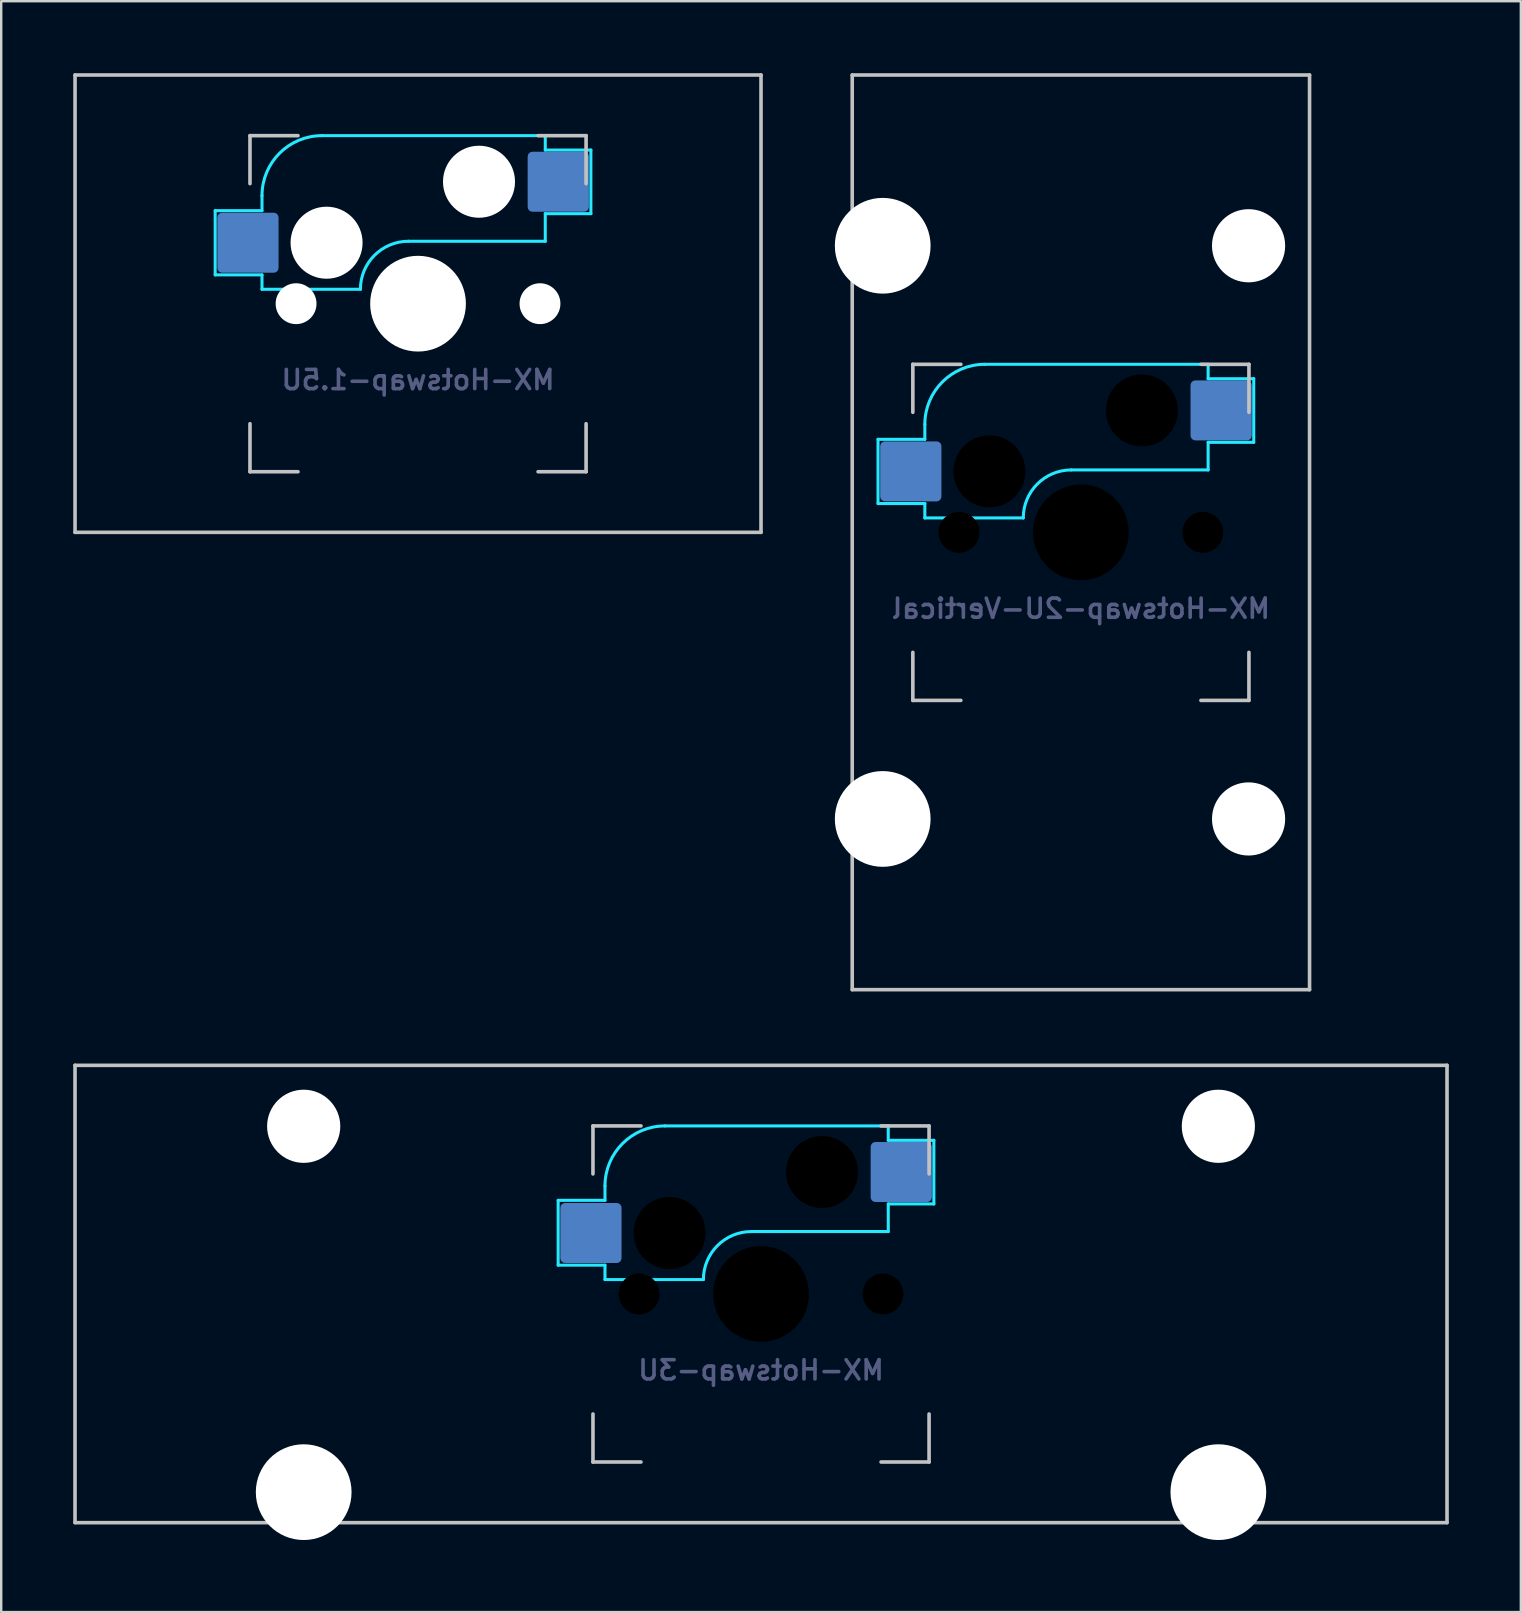
<source format=kicad_pcb>
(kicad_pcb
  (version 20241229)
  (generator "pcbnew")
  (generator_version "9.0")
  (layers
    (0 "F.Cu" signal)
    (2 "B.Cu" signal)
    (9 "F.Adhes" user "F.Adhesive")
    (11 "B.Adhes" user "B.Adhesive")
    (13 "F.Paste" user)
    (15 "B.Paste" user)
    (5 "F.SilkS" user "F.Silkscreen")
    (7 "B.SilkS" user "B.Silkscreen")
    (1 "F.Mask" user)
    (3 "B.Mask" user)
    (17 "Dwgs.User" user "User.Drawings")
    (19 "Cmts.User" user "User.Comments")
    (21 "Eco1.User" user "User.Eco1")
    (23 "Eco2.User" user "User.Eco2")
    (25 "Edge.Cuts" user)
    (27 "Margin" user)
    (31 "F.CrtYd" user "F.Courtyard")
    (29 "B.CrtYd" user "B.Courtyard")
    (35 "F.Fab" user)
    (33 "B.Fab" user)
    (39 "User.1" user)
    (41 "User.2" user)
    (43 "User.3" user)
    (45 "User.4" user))
  (footprint "MX-Hotswap-2U-Vertical"
    (layer "F.Cu")
    (at 41.974 19.125)
    (property "Reference" "MX-Hotswap-2U-Vertical" (at 0 3.175 0) (layer "B.Fab") (effects (font (size 0.8 0.8) (thickness 0.15)) (justify mirror)))
    (attr smd)
    (fp_line (start -9.525 19.05) (end -9.525 -19.05) (stroke (width 0.15) (type solid)) (layer "Dwgs.User"))
    (fp_line (start -7 -7) (end -7 -5) (stroke (width 0.15) (type solid)) (layer "Dwgs.User"))
    (fp_line (start -7 5) (end -7 7) (stroke (width 0.15) (type solid)) (layer "Dwgs.User"))
    (fp_line (start -7 7) (end -5 7) (stroke (width 0.15) (type solid)) (layer "Dwgs.User"))
    (fp_line (start -5 -7) (end -7 -7) (stroke (width 0.15) (type solid)) (layer "Dwgs.User"))
    (fp_line (start 5 -7) (end 7 -7) (stroke (width 0.15) (type solid)) (layer "Dwgs.User"))
    (fp_line (start 5 7) (end 7 7) (stroke (width 0.15) (type solid)) (layer "Dwgs.User"))
    (fp_line (start 7 -7) (end 7 -5) (stroke (width 0.15) (type solid)) (layer "Dwgs.User"))
    (fp_line (start 7 7) (end 7 5) (stroke (width 0.15) (type solid)) (layer "Dwgs.User"))
    (fp_line (start 9.525 -19.05) (end -9.525 -19.05) (stroke (width 0.15) (type solid)) (layer "Dwgs.User"))
    (fp_line (start 9.525 19.05) (end -9.525 19.05) (stroke (width 0.15) (type solid)) (layer "Dwgs.User"))
    (fp_line (start 9.525 19.05) (end 9.525 -19.05) (stroke (width 0.15) (type solid)) (layer "Dwgs.User"))
    (fp_line (start -8.45 -3.875) (end -8.45 -1.2) (stroke (width 0.127) (type solid)) (layer "B.CrtYd"))
    (fp_line (start -8.45 -1.2) (end -6.5 -1.2) (stroke (width 0.127) (type solid)) (layer "B.CrtYd"))
    (fp_line (start -6.5 -4.5) (end -6.5 -3.875) (stroke (width 0.127) (type solid)) (layer "B.CrtYd"))
    (fp_line (start -6.5 -3.875) (end -8.45 -3.875) (stroke (width 0.127) (type solid)) (layer "B.CrtYd"))
    (fp_line (start -6.5 -0.6) (end -6.5 -1.2) (stroke (width 0.127) (type solid)) (layer "B.CrtYd"))
    (fp_line (start -6.5 -0.6) (end -2.4 -0.6) (stroke (width 0.127) (type solid)) (layer "B.CrtYd"))
    (fp_line (start -0.4 -2.6) (end 5.3 -2.6) (stroke (width 0.127) (type solid)) (layer "B.CrtYd"))
    (fp_line (start 5.3 -7) (end -4 -7) (stroke (width 0.127) (type solid)) (layer "B.CrtYd"))
    (fp_line (start 5.3 -7) (end 5.3 -6.4) (stroke (width 0.127) (type solid)) (layer "B.CrtYd"))
    (fp_line (start 5.3 -6.4) (end 7.2 -6.4) (stroke (width 0.127) (type solid)) (layer "B.CrtYd"))
    (fp_line (start 5.3 -2.6) (end 5.3 -3.75) (stroke (width 0.127) (type solid)) (layer "B.CrtYd"))
    (fp_line (start 7.2 -6.4) (end 7.2 -3.75) (stroke (width 0.127) (type solid)) (layer "B.CrtYd"))
    (fp_line (start 7.2 -3.75) (end 5.3 -3.75) (stroke (width 0.127) (type solid)) (layer "B.CrtYd"))
    (fp_arc (start -6.5 -4.5) (mid -5.767767 -6.267767) (end -4 -7) (stroke (width 0.127) (type solid)) (layer "B.CrtYd"))
    (fp_arc (start -2.4 -0.6) (mid -1.814214 -2.014214) (end -0.4 -2.6) (stroke (width 0.127) (type solid)) (layer "B.CrtYd"))
    (pad "" np_thru_hole circle (at -8.255 -11.938) (size 3.988 3.988) (drill 3.988) (layers "*.Cu" "*.Mask"))
    (pad "" np_thru_hole circle (at -8.255 11.938) (size 3.988 3.988) (drill 3.988) (layers "*.Cu" "*.Mask"))
    (pad "" np_thru_hole circle (at -5.08 0 48.099) (size 1.702 1.702) (drill 1.702) (layers "*.Mask"))
    (pad "" np_thru_hole circle (at -3.81 -2.54) (size 3 3) (drill 3) (layers "*.Mask"))
    (pad "" np_thru_hole circle (at 0 0) (size 3.988 3.988) (drill 3.988) (layers "*.Mask"))
    (pad "" np_thru_hole circle (at 2.54 -5.08) (size 3 3) (drill 3) (layers "*.Mask"))
    (pad "" np_thru_hole circle (at 5.08 0 48.099) (size 1.702 1.702) (drill 1.702) (layers "*.Mask"))
    (pad "" np_thru_hole circle (at 6.985 -11.938) (size 3.048 3.048) (drill 3.048) (layers "*.Cu" "*.Mask"))
    (pad "" np_thru_hole circle (at 6.985 11.938) (size 3.048 3.048) (drill 3.048) (layers "*.Cu" "*.Mask"))
    (pad "1" smd roundrect (at -7.085 -2.54) (size 2.55 2.5) (layers "B.Cu" "B.Mask" "B.Paste") (roundrect_rratio 0.08))
    (pad "2" smd roundrect (at 5.842 -5.08) (size 2.55 2.5) (layers "B.Cu" "B.Mask" "B.Paste") (roundrect_rratio 0.08)))
  (footprint "MX-Hotswap-1.5U"
    (layer "F.Cu")
    (at 14.363 9.6)
    (property "Reference" "MX-Hotswap-1.5U" (at 0 3.175 0) (layer "B.Fab") (effects (font (size 0.8 0.8) (thickness 0.15)) (justify mirror)))
    (attr smd)
    (fp_line (start -14.287 9.525) (end -14.287 -9.525) (stroke (width 0.15) (type solid)) (layer "Dwgs.User"))
    (fp_line (start -7 -7) (end -7 -5) (stroke (width 0.15) (type solid)) (layer "Dwgs.User"))
    (fp_line (start -7 5) (end -7 7) (stroke (width 0.15) (type solid)) (layer "Dwgs.User"))
    (fp_line (start -7 7) (end -5 7) (stroke (width 0.15) (type solid)) (layer "Dwgs.User"))
    (fp_line (start -5 -7) (end -7 -7) (stroke (width 0.15) (type solid)) (layer "Dwgs.User"))
    (fp_line (start 5 -7) (end 7 -7) (stroke (width 0.15) (type solid)) (layer "Dwgs.User"))
    (fp_line (start 5 7) (end 7 7) (stroke (width 0.15) (type solid)) (layer "Dwgs.User"))
    (fp_line (start 7 -7) (end 7 -5) (stroke (width 0.15) (type solid)) (layer "Dwgs.User"))
    (fp_line (start 7 7) (end 7 5) (stroke (width 0.15) (type solid)) (layer "Dwgs.User"))
    (fp_line (start 14.287 -9.525) (end -14.287 -9.525) (stroke (width 0.15) (type solid)) (layer "Dwgs.User"))
    (fp_line (start 14.287 9.525) (end -14.287 9.525) (stroke (width 0.15) (type solid)) (layer "Dwgs.User"))
    (fp_line (start 14.287 9.525) (end 14.287 -9.525) (stroke (width 0.15) (type solid)) (layer "Dwgs.User"))
    (fp_line (start -8.45 -3.875) (end -8.45 -1.2) (stroke (width 0.127) (type solid)) (layer "B.CrtYd"))
    (fp_line (start -8.45 -1.2) (end -6.5 -1.2) (stroke (width 0.127) (type solid)) (layer "B.CrtYd"))
    (fp_line (start -6.5 -4.5) (end -6.5 -3.875) (stroke (width 0.127) (type solid)) (layer "B.CrtYd"))
    (fp_line (start -6.5 -3.875) (end -8.45 -3.875) (stroke (width 0.127) (type solid)) (layer "B.CrtYd"))
    (fp_line (start -6.5 -0.6) (end -6.5 -1.2) (stroke (width 0.127) (type solid)) (layer "B.CrtYd"))
    (fp_line (start -6.5 -0.6) (end -2.4 -0.6) (stroke (width 0.127) (type solid)) (layer "B.CrtYd"))
    (fp_line (start -0.4 -2.6) (end 5.3 -2.6) (stroke (width 0.127) (type solid)) (layer "B.CrtYd"))
    (fp_line (start 5.3 -7) (end -4 -7) (stroke (width 0.127) (type solid)) (layer "B.CrtYd"))
    (fp_line (start 5.3 -7) (end 5.3 -6.4) (stroke (width 0.127) (type solid)) (layer "B.CrtYd"))
    (fp_line (start 5.3 -6.4) (end 7.2 -6.4) (stroke (width 0.127) (type solid)) (layer "B.CrtYd"))
    (fp_line (start 5.3 -2.6) (end 5.3 -3.75) (stroke (width 0.127) (type solid)) (layer "B.CrtYd"))
    (fp_line (start 7.2 -6.4) (end 7.2 -3.75) (stroke (width 0.127) (type solid)) (layer "B.CrtYd"))
    (fp_line (start 7.2 -3.75) (end 5.3 -3.75) (stroke (width 0.127) (type solid)) (layer "B.CrtYd"))
    (fp_arc (start -6.5 -4.5) (mid -5.767767 -6.267767) (end -4 -7) (stroke (width 0.127) (type solid)) (layer "B.CrtYd"))
    (fp_arc (start -2.4 -0.6) (mid -1.814214 -2.014214) (end -0.4 -2.6) (stroke (width 0.127) (type solid)) (layer "B.CrtYd"))
    (pad "" np_thru_hole circle (at -5.08 0 48.099) (size 1.702 1.702) (drill 1.702) (layers "*.Cu" "*.Mask"))
    (pad "" np_thru_hole circle (at -3.81 -2.54) (size 3 3) (drill 3) (layers "*.Cu" "*.Mask"))
    (pad "" np_thru_hole circle (at 0 0) (size 3.988 3.988) (drill 3.988) (layers "*.Cu" "*.Mask"))
    (pad "" np_thru_hole circle (at 2.54 -5.08) (size 3 3) (drill 3) (layers "*.Cu" "*.Mask"))
    (pad "" np_thru_hole circle (at 5.08 0 48.099) (size 1.702 1.702) (drill 1.702) (layers "*.Cu" "*.Mask"))
    (pad "1" smd roundrect (at -7.085 -2.54) (size 2.55 2.5) (layers "B.Cu" "B.Mask" "B.Paste") (roundrect_rratio 0.08))
    (pad "2" smd roundrect (at 5.842 -5.08) (size 2.55 2.5) (layers "B.Cu" "B.Mask" "B.Paste") (roundrect_rratio 0.08)))
  (footprint "MX-Hotswap-3U"
    (layer "F.Cu")
    (at 28.65 50.85)
    (property "Reference" "MX-Hotswap-3U" (at 0 3.175 0) (layer "B.Fab") (effects (font (size 0.8 0.8) (thickness 0.15)) (justify mirror)))
    (attr smd)
    (fp_line (start -28.575 9.525) (end -28.575 -9.525) (stroke (width 0.15) (type solid)) (layer "Dwgs.User"))
    (fp_line (start -7 -7) (end -7 -5) (stroke (width 0.15) (type solid)) (layer "Dwgs.User"))
    (fp_line (start -7 5) (end -7 7) (stroke (width 0.15) (type solid)) (layer "Dwgs.User"))
    (fp_line (start -7 7) (end -5 7) (stroke (width 0.15) (type solid)) (layer "Dwgs.User"))
    (fp_line (start -5 -7) (end -7 -7) (stroke (width 0.15) (type solid)) (layer "Dwgs.User"))
    (fp_line (start 5 -7) (end 7 -7) (stroke (width 0.15) (type solid)) (layer "Dwgs.User"))
    (fp_line (start 5 7) (end 7 7) (stroke (width 0.15) (type solid)) (layer "Dwgs.User"))
    (fp_line (start 7 -7) (end 7 -5) (stroke (width 0.15) (type solid)) (layer "Dwgs.User"))
    (fp_line (start 7 7) (end 7 5) (stroke (width 0.15) (type solid)) (layer "Dwgs.User"))
    (fp_line (start 28.575 -9.525) (end -28.575 -9.525) (stroke (width 0.15) (type solid)) (layer "Dwgs.User"))
    (fp_line (start 28.575 9.525) (end -28.575 9.525) (stroke (width 0.15) (type solid)) (layer "Dwgs.User"))
    (fp_line (start 28.575 9.525) (end 28.575 -9.525) (stroke (width 0.15) (type solid)) (layer "Dwgs.User"))
    (fp_line (start -8.45 -3.9) (end -8.45 -1.2) (stroke (width 0.127) (type solid)) (layer "B.CrtYd"))
    (fp_line (start -8.45 -1.2) (end -6.5 -1.2) (stroke (width 0.127) (type solid)) (layer "B.CrtYd"))
    (fp_line (start -6.5 -4.5) (end -6.5 -3.9) (stroke (width 0.127) (type solid)) (layer "B.CrtYd"))
    (fp_line (start -6.5 -3.9) (end -8.45 -3.9) (stroke (width 0.127) (type solid)) (layer "B.CrtYd"))
    (fp_line (start -6.5 -0.6) (end -6.5 -1.2) (stroke (width 0.127) (type solid)) (layer "B.CrtYd"))
    (fp_line (start -6.5 -0.6) (end -2.4 -0.6) (stroke (width 0.127) (type solid)) (layer "B.CrtYd"))
    (fp_line (start -0.4 -2.6) (end 5.3 -2.6) (stroke (width 0.127) (type solid)) (layer "B.CrtYd"))
    (fp_line (start 5.3 -7) (end -4 -7) (stroke (width 0.127) (type solid)) (layer "B.CrtYd"))
    (fp_line (start 5.3 -7) (end 5.3 -6.4) (stroke (width 0.127) (type solid)) (layer "B.CrtYd"))
    (fp_line (start 5.3 -6.4) (end 7.2 -6.4) (stroke (width 0.127) (type solid)) (layer "B.CrtYd"))
    (fp_line (start 5.3 -2.6) (end 5.3 -3.75) (stroke (width 0.127) (type solid)) (layer "B.CrtYd"))
    (fp_line (start 7.2 -6.4) (end 7.2 -3.75) (stroke (width 0.127) (type solid)) (layer "B.CrtYd"))
    (fp_line (start 7.2 -3.75) (end 5.3 -3.75) (stroke (width 0.127) (type solid)) (layer "B.CrtYd"))
    (fp_arc (start -6.5 -4.5) (mid -5.767767 -6.267767) (end -4 -7) (stroke (width 0.127) (type solid)) (layer "B.CrtYd"))
    (fp_arc (start -2.4 -0.6) (mid -1.814214 -2.014214) (end -0.4 -2.6) (stroke (width 0.127) (type solid)) (layer "B.CrtYd"))
    (pad "" np_thru_hole circle (at -19.05 -6.985) (size 3.048 3.048) (drill 3.048) (layers "*.Cu" "*.Mask"))
    (pad "" np_thru_hole circle (at -19.05 8.255) (size 3.988 3.988) (drill 3.988) (layers "*.Cu" "*.Mask"))
    (pad "" np_thru_hole circle (at -5.08 0 48.099) (size 1.702 1.702) (drill 1.702) (layers "*.Mask"))
    (pad "" np_thru_hole circle (at -3.81 -2.54) (size 3 3) (drill 3) (layers "*.Mask"))
    (pad "" np_thru_hole circle (at 0 0) (size 3.988 3.988) (drill 3.988) (layers "*.Mask"))
    (pad "" np_thru_hole circle (at 2.54 -5.08) (size 3 3) (drill 3) (layers "*.Mask"))
    (pad "" np_thru_hole circle (at 5.08 0 48.099) (size 1.702 1.702) (drill 1.702) (layers "*.Mask"))
    (pad "" np_thru_hole circle (at 19.05 -6.985) (size 3.048 3.048) (drill 3.048) (layers "*.Cu" "*.Mask"))
    (pad "" np_thru_hole circle (at 19.05 8.255) (size 3.988 3.988) (drill 3.988) (layers "*.Cu" "*.Mask"))
    (pad "1" smd roundrect (at -7.085 -2.54) (size 2.55 2.5) (layers "B.Cu" "B.Mask" "B.Paste") (roundrect_rratio 0.08))
    (pad "2" smd roundrect (at 5.842 -5.08) (size 2.55 2.5) (layers "B.Cu" "B.Mask" "B.Paste") (roundrect_rratio 0.08)))
  (gr_rect
    (start -3 -3)
    (end 60.3 64.099)
    (stroke (width 0.1) (type default))
    (fill no)
    (layer "Edge.Cuts")))
</source>
